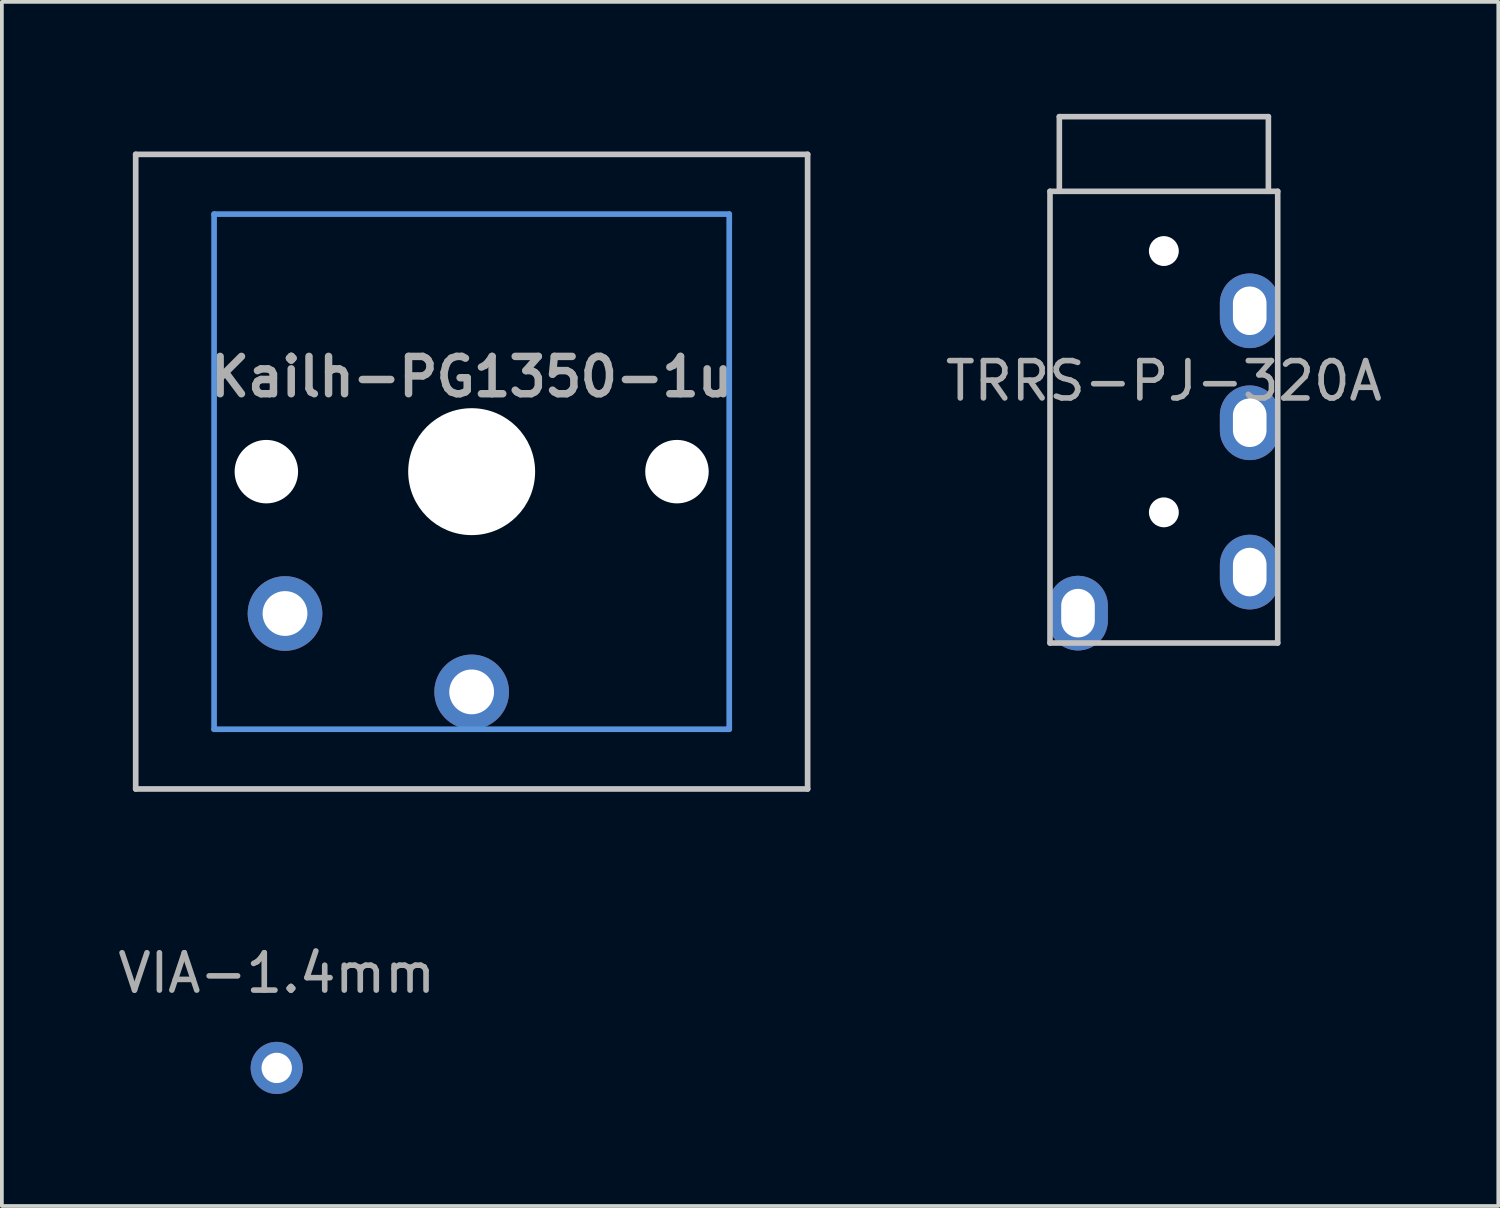
<source format=kicad_pcb>
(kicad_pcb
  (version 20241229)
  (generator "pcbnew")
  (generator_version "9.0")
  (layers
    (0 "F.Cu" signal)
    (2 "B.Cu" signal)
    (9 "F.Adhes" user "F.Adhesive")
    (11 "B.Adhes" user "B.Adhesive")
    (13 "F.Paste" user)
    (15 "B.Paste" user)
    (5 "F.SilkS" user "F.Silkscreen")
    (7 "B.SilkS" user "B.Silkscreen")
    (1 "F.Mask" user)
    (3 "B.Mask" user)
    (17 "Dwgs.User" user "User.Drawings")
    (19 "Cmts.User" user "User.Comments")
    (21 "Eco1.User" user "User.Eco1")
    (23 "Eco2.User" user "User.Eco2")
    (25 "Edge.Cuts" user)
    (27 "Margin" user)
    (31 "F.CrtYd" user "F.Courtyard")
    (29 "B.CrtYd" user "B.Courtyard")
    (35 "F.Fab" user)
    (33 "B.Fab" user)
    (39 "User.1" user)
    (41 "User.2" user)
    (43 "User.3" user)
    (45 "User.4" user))
  (footprint "TRRS-PJ-320A"
    (layer "F.Cu")
    (at 28.128 2.075)
    (property "Reference" "TRRS-PJ-320A" (at 0 5.08 0) (layer "F.Fab") (effects (font (size 1 1) (thickness 0.15))))
    (attr through_hole)
    (fp_line (start -3.05 0) (end -3.05 12.1) (stroke (width 0.15) (type solid)) (layer "Dwgs.User"))
    (fp_line (start -2.8 0) (end -2.8 -2) (stroke (width 0.15) (type solid)) (layer "Dwgs.User"))
    (fp_line (start 2.8 -2) (end -2.8 -2) (stroke (width 0.15) (type solid)) (layer "Dwgs.User"))
    (fp_line (start 2.8 0) (end 2.8 -2) (stroke (width 0.15) (type solid)) (layer "Dwgs.User"))
    (fp_line (start 3.05 0) (end -3.05 0) (stroke (width 0.15) (type solid)) (layer "Dwgs.User"))
    (fp_line (start 3.05 0) (end 3.05 12.1) (stroke (width 0.15) (type solid)) (layer "Dwgs.User"))
    (fp_line (start 3.05 12.1) (end -3.05 12.1) (stroke (width 0.15) (type solid)) (layer "Dwgs.User"))
    (pad "" np_thru_hole circle (at 0 1.6) (size 0.8 0.8) (drill 0.8) (layers "*.Cu" "*.Mask"))
    (pad "" np_thru_hole circle (at 0 8.6) (size 0.8 0.8) (drill 0.8) (layers "*.Cu" "*.Mask"))
    (pad "R1" thru_hole oval (at 2.3 6.2) (size 1.6 2) (drill oval 0.9 1.3) (layers "*.Cu" "*.Mask"))
    (pad "R2" thru_hole oval (at 2.3 3.2) (size 1.6 2) (drill oval 0.9 1.3) (layers "*.Cu" "*.Mask"))
    (pad "S" thru_hole oval (at -2.3 11.3) (size 1.6 2) (drill oval 0.9 1.3) (layers "*.Cu" "*.Mask"))
    (pad "T" thru_hole oval (at 2.3 10.2) (size 1.6 2) (drill oval 0.9 1.3) (layers "*.Cu" "*.Mask")))
  (footprint "Kailh-PG1350-1u"
    (layer "F.Cu")
    (at 9.585 9.585)
    (property "Reference" "Kailh-PG1350-1u" (at 0 -2.54 180) (layer "F.Fab") (effects (font (size 1 1) (thickness 0.2))))
    (attr through_hole)
    (fp_line (start -9 -8.5) (end 9 -8.5) (stroke (width 0.152) (type solid)) (layer "Dwgs.User"))
    (fp_line (start -9 8.5) (end -9 -8.5) (stroke (width 0.152) (type solid)) (layer "Dwgs.User"))
    (fp_line (start 9 -8.5) (end 9 8.5) (stroke (width 0.152) (type solid)) (layer "Dwgs.User"))
    (fp_line (start 9 8.5) (end -9 8.5) (stroke (width 0.152) (type solid)) (layer "Dwgs.User"))
    (fp_line (start -6.9 -6.9) (end 6.9 -6.9) (stroke (width 0.152) (type solid)) (layer "Cmts.User"))
    (fp_line (start -6.9 6.9) (end -6.9 -6.9) (stroke (width 0.152) (type solid)) (layer "Cmts.User"))
    (fp_line (start 6.9 -6.9) (end 6.9 6.9) (stroke (width 0.152) (type solid)) (layer "Cmts.User"))
    (fp_line (start 6.9 6.9) (end -6.9 6.9) (stroke (width 0.152) (type solid)) (layer "Cmts.User"))
    (fp_line (start -9.525 -9.525) (end -9.525 9.525) (stroke (width 0.12) (type solid)) (layer "Eco1.User"))
    (fp_line (start -9.525 -9.525) (end 9.525 -9.525) (stroke (width 0.12) (type solid)) (layer "Eco1.User"))
    (fp_line (start -9.525 9.525) (end 9.525 9.525) (stroke (width 0.12) (type solid)) (layer "Eco1.User"))
    (fp_line (start 9.525 -9.525) (end 9.525 9.525) (stroke (width 0.12) (type solid)) (layer "Eco1.User"))
    (fp_line (start -7.5 -7.5) (end 7.5 -7.5) (stroke (width 0.152) (type solid)) (layer "Eco2.User"))
    (fp_line (start -7.5 7.5) (end -7.5 -7.5) (stroke (width 0.152) (type solid)) (layer "Eco2.User"))
    (fp_line (start 7.5 -7.5) (end 7.5 7.5) (stroke (width 0.152) (type solid)) (layer "Eco2.User"))
    (fp_line (start 7.5 7.5) (end -7.5 7.5) (stroke (width 0.152) (type solid)) (layer "Eco2.User"))
    (pad "" np_thru_hole circle (at -5.5 0 180) (size 1.7 1.7) (drill 1.7) (layers "*.Cu" "*.Mask"))
    (pad "" np_thru_hole circle (at 0 0 180) (size 3.4 3.4) (drill 3.4) (layers "*.Cu" "*.Mask"))
    (pad "" np_thru_hole circle (at 5.5 0 180) (size 1.7 1.7) (drill 1.7) (layers "*.Cu" "*.Mask"))
    (pad "1" thru_hole circle (at 0 5.9 180) (size 2 2) (drill 1.2) (layers "*.Cu" "*.Mask"))
    (pad "2" thru_hole circle (at -5 3.8 41.9) (size 2 2) (drill 1.2) (layers "*.Cu" "*.Mask")))
  (footprint "VIA-1.4mm"
    (layer "F.Cu")
    (at 4.363 25.558)
    (property "Reference" "VIA-1.4mm" (at 0 -2.54 0) (layer "F.Fab") (effects (font (size 1 1) (thickness 0.15))))
    (attr through_hole)
    (pad "1" thru_hole circle (at 0 0) (size 1.397 1.397) (drill 0.813) (layers "*.Cu" "*.Mask")))
  (gr_rect
    (start -3 -3)
    (end 37.087 29.257)
    (stroke (width 0.1) (type default))
    (fill no)
    (layer "Edge.Cuts")))
</source>
